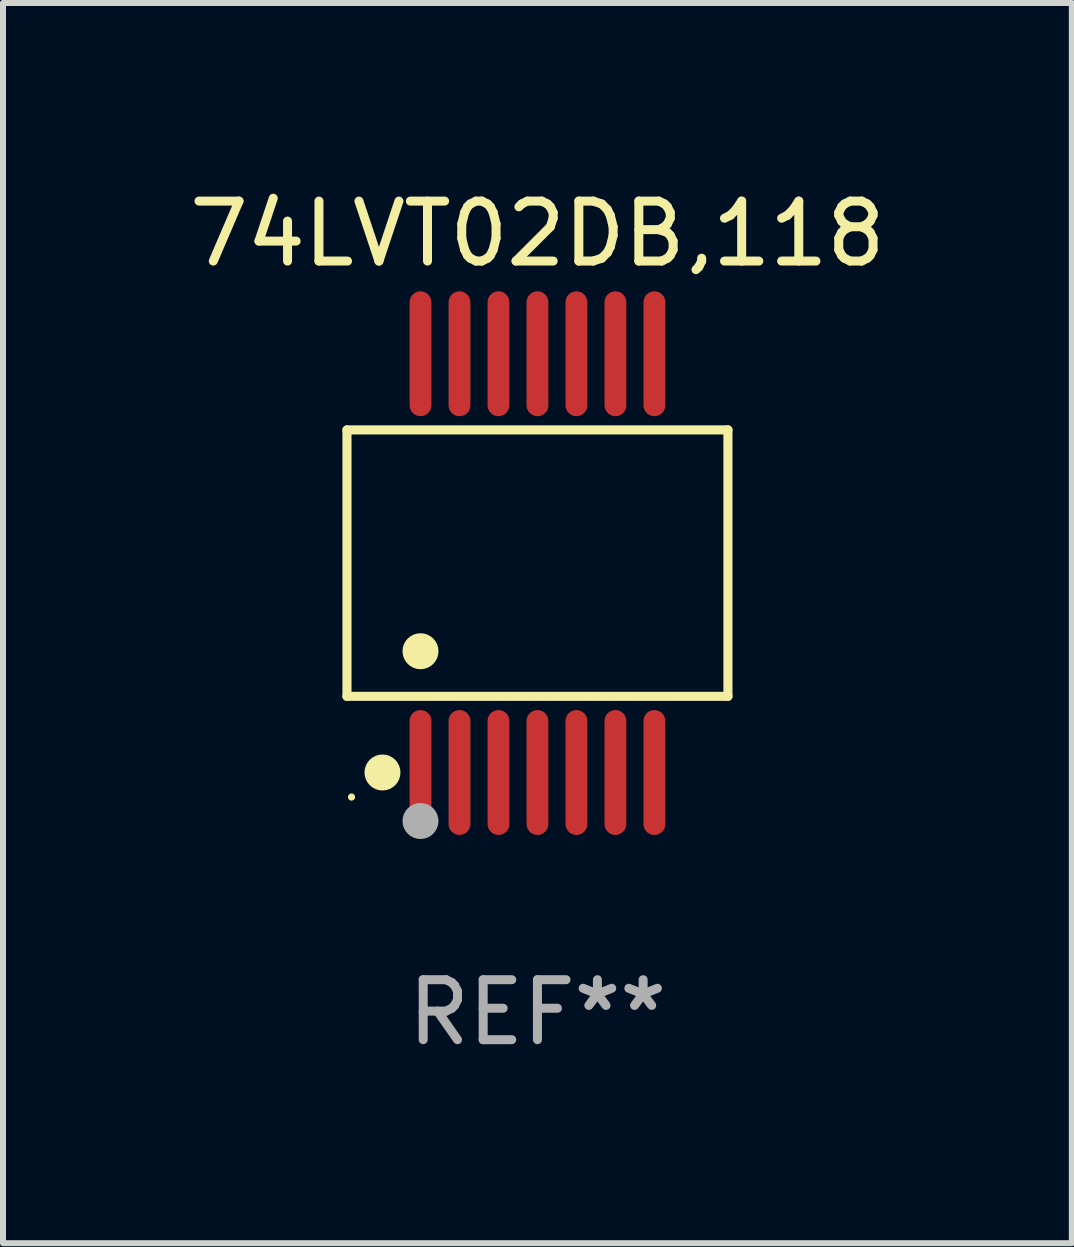
<source format=kicad_pcb>
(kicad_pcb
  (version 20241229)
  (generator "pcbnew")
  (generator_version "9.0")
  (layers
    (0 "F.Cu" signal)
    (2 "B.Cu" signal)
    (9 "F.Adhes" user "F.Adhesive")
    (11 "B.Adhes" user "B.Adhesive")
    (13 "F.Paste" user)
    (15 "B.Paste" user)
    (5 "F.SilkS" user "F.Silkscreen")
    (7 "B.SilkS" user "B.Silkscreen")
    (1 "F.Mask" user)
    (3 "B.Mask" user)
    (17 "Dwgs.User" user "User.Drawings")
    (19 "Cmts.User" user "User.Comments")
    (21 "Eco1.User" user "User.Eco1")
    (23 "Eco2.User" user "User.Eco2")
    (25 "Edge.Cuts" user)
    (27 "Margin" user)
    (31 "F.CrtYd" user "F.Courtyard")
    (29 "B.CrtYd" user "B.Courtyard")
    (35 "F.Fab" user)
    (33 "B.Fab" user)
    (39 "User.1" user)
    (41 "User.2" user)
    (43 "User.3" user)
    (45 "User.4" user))
  (footprint "74LVT02DB,118"
    (layer "F.Cu")
    (at 5.911 6.339)
    (property "Reference" "74LVT02DB,118" (at 0 -5.491 0) (layer "F.SilkS") (effects (font (size 1 1) (thickness 0.15))))
    (attr through_hole)
    (fp_line (start -3.176 -2.221) (end 3.176 -2.221) (stroke (width 0.152) (type solid)) (layer "F.SilkS"))
    (fp_line (start -3.176 2.221) (end -3.176 -2.221) (stroke (width 0.152) (type solid)) (layer "F.SilkS"))
    (fp_line (start 3.176 -2.221) (end 3.176 2.221) (stroke (width 0.152) (type solid)) (layer "F.SilkS"))
    (fp_line (start 3.176 2.221) (end -3.176 2.221) (stroke (width 0.152) (type solid)) (layer "F.SilkS"))
    (fp_circle (center -3.1 3.9) (end -3.07 3.9) (stroke (width 0.06) (type solid)) (fill no) (layer "F.SilkS"))
    (fp_circle (center -2.584 3.491) (end -2.434 3.491) (stroke (width 0.3) (type solid)) (fill no) (layer "F.SilkS"))
    (fp_circle (center -1.95 1.469) (end -1.8 1.469) (stroke (width 0.3) (type solid)) (fill no) (layer "F.SilkS"))
    (fp_circle (center -1.95 4.3) (end -1.8 4.3) (stroke (width 0.3) (type solid)) (fill no) (layer "F.Fab"))
    (fp_text user "REF**" (at 0 7.491 0) (layer "F.Fab") (effects (font (size 1 1) (thickness 0.15))))
    (pad "1" smd oval (at -1.95 3.491) (size 0.364 2.082) (layers "F.Cu" "F.Mask" "F.Paste"))
    (pad "2" smd oval (at -1.3 3.491) (size 0.364 2.082) (layers "F.Cu" "F.Mask" "F.Paste"))
    (pad "3" smd oval (at -0.65 3.491) (size 0.364 2.082) (layers "F.Cu" "F.Mask" "F.Paste"))
    (pad "4" smd oval (at 0 3.491) (size 0.364 2.082) (layers "F.Cu" "F.Mask" "F.Paste"))
    (pad "5" smd oval (at 0.65 3.491) (size 0.364 2.082) (layers "F.Cu" "F.Mask" "F.Paste"))
    (pad "6" smd oval (at 1.3 3.491) (size 0.364 2.082) (layers "F.Cu" "F.Mask" "F.Paste"))
    (pad "7" smd oval (at 1.95 3.491) (size 0.364 2.082) (layers "F.Cu" "F.Mask" "F.Paste"))
    (pad "8" smd oval (at 1.95 -3.491) (size 0.364 2.082) (layers "F.Cu" "F.Mask" "F.Paste"))
    (pad "9" smd oval (at 1.3 -3.491) (size 0.364 2.082) (layers "F.Cu" "F.Mask" "F.Paste"))
    (pad "10" smd oval (at 0.65 -3.491) (size 0.364 2.082) (layers "F.Cu" "F.Mask" "F.Paste"))
    (pad "11" smd oval (at 0 -3.491) (size 0.364 2.082) (layers "F.Cu" "F.Mask" "F.Paste"))
    (pad "12" smd oval (at -0.65 -3.491) (size 0.364 2.082) (layers "F.Cu" "F.Mask" "F.Paste"))
    (pad "13" smd oval (at -1.3 -3.491) (size 0.364 2.082) (layers "F.Cu" "F.Mask" "F.Paste"))
    (pad "14" smd oval (at -1.95 -3.491) (size 0.364 2.082) (layers "F.Cu" "F.Mask" "F.Paste")))
  (gr_rect
    (start -3 -3)
    (end 14.821 17.678)
    (stroke (width 0.1) (type default))
    (fill no)
    (layer "Edge.Cuts")))
</source>
